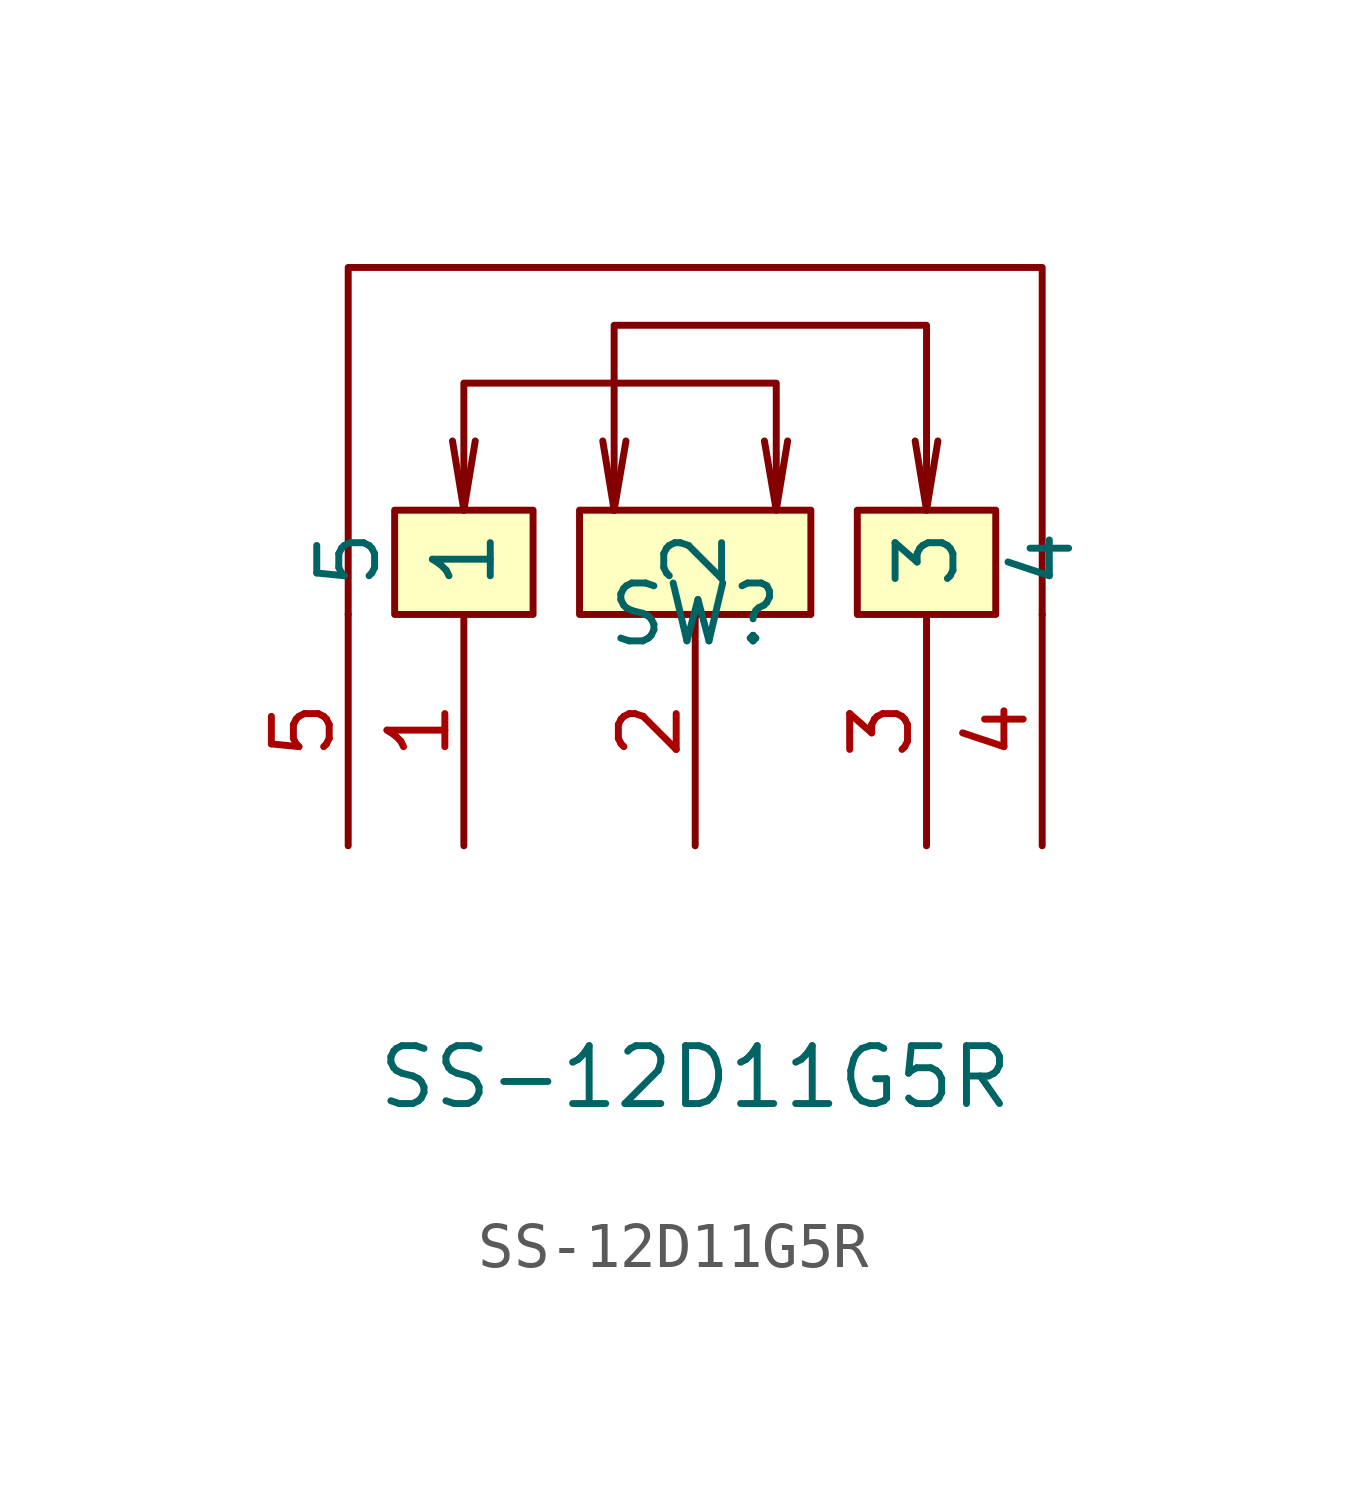
<source format=kicad_sym>
(kicad_symbol_lib
  (version 20211014)
  (generator https://github.com/uPesy/easyeda2kicad.py)
  (symbol "SS-12D11G5R"
    (property "Reference" "SW"
      (at 0 0.00 0)
      (effects (font (size 1.27 1.27))))
    (property "Value" "SS-12D11G5R"
      (at 0 -10.16 0)
      (effects (font (size 1.27 1.27))))
    (symbol "SS-12D11G5R_0_1"
      (rectangle (start -6.60 2.29) (end -3.56 0.00) (stroke (width 0) (type default) (color 0 0 0 0)) (fill (type background)))
      (rectangle (start -2.54 2.29) (end 2.54 0.00) (stroke (width 0) (type default) (color 0 0 0 0)) (fill (type background)))
      (rectangle (start 3.56 2.29) (end 6.60 0.00) (stroke (width 0) (type default) (color 0 0 0 0)) (fill (type background)))
      (polyline (pts (xy -5.08 2.29) (xy -5.08 5.08) (xy 1.78 5.08) (xy 1.78 2.29) (xy 2.03 3.81)) (stroke (width 0) (type default) (color 0 0 0 0)) (fill (type none)))
      (polyline (pts (xy 1.78 2.29) (xy 1.52 3.81)) (stroke (width 0) (type default) (color 0 0 0 0)) (fill (type none)))
      (polyline (pts (xy -5.08 2.29) (xy -4.83 3.81)) (stroke (width 0) (type default) (color 0 0 0 0)) (fill (type none)))
      (polyline (pts (xy -5.08 2.29) (xy -5.33 3.81)) (stroke (width 0) (type default) (color 0 0 0 0)) (fill (type none)))
      (polyline (pts (xy -1.78 2.29) (xy -1.78 6.35) (xy 5.08 6.35) (xy 5.08 2.29) (xy 5.33 3.81)) (stroke (width 0) (type default) (color 0 0 0 0)) (fill (type none)))
      (polyline (pts (xy 5.08 2.29) (xy 4.83 3.81)) (stroke (width 0) (type default) (color 0 0 0 0)) (fill (type none)))
      (polyline (pts (xy -1.78 2.29) (xy -1.52 3.81)) (stroke (width 0) (type default) (color 0 0 0 0)) (fill (type none)))
      (polyline (pts (xy -1.78 2.29) (xy -2.03 3.81)) (stroke (width 0) (type default) (color 0 0 0 0)) (fill (type none)))
      (polyline (pts (xy -7.62 -0.00) (xy -7.62 7.62) (xy 7.62 7.62) (xy 7.62 -0.00)) (stroke (width 0) (type default) (color 0 0 0 0)) (fill (type none)))
      (pin unspecified line (at -5.08 -5.08 90) (length 5.08) (name "1" (effects (font (size 1.27 1.27)))) (number "1" (effects (font (size 1.27 1.27)))))
      (pin unspecified line (at 0.00 -5.08 90) (length 5.08) (name "2" (effects (font (size 1.27 1.27)))) (number "2" (effects (font (size 1.27 1.27)))))
      (pin unspecified line (at 5.08 -5.08 90) (length 5.08) (name "3" (effects (font (size 1.27 1.27)))) (number "3" (effects (font (size 1.27 1.27)))))
      (pin unspecified line (at 7.62 -5.08 90) (length 5.08) (name "4" (effects (font (size 1.27 1.27)))) (number "4" (effects (font (size 1.27 1.27)))))
      (pin unspecified line (at -7.62 -5.08 90) (length 5.08) (name "5" (effects (font (size 1.27 1.27)))) (number "5" (effects (font (size 1.27 1.27))))))))
</source>
